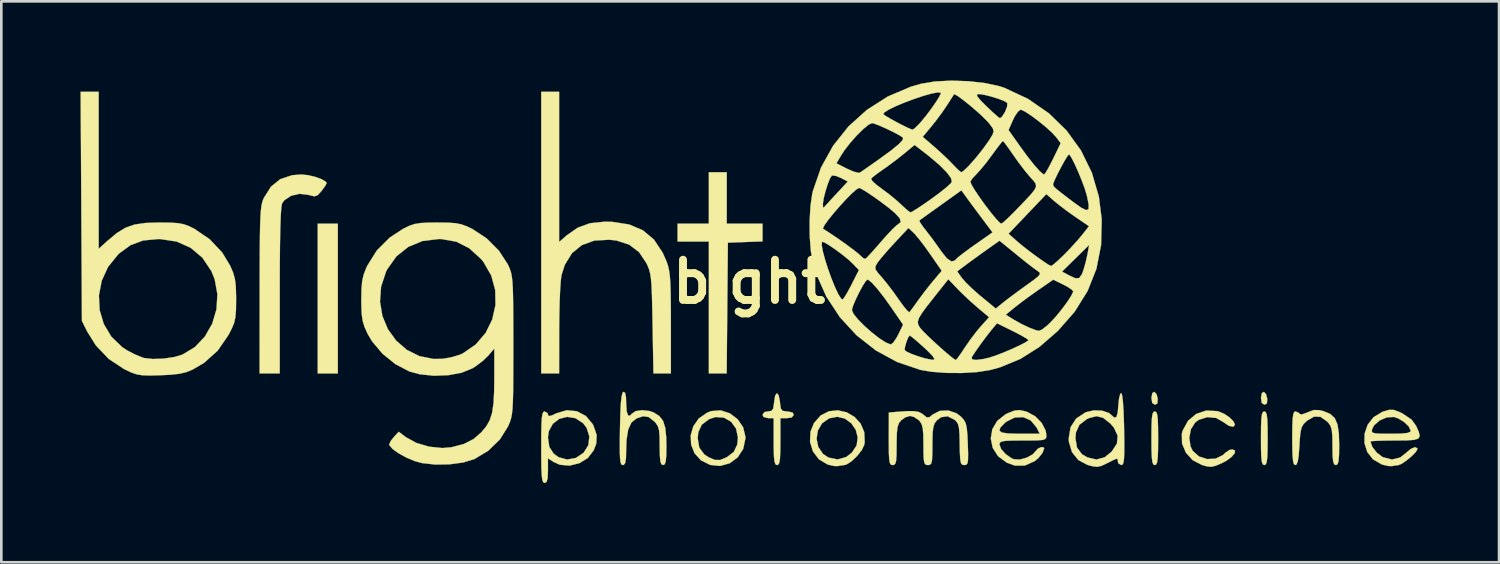
<source format=kicad_pcb>
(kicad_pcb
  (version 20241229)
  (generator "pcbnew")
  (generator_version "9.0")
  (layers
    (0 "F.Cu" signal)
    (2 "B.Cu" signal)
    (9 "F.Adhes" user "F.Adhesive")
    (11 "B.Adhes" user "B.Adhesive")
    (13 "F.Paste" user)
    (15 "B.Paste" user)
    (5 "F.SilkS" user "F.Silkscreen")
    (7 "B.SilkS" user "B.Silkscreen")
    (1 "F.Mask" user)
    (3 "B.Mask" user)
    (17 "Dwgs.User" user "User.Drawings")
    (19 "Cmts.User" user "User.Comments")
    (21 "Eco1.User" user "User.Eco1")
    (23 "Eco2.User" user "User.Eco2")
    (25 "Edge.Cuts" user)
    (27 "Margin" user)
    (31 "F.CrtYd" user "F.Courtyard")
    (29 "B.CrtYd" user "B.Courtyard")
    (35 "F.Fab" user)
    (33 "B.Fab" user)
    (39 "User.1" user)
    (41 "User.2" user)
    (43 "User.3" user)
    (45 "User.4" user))
  (footprint "bight"
    (layer "F.Cu")
    (at 25.326 7.624)
    (property "Reference" "bight" (at 0 0 0) (layer "F.SilkS") (effects (font (size 1.524 1.524) (thickness 0.3))))
    (attr through_hole)
    (fp_poly (pts (xy -15.579 3.471) (xy -16.341 3.471) (xy -16.341 -2.201) (xy -15.579 -2.201) (xy -15.579 3.471)) (stroke (width 0.01) (type solid)) (fill yes) (layer "F.SilkS"))
    (fp_poly (pts (xy 15.436 4.264) (xy 15.478 4.43) (xy 15.466 4.607) (xy 15.373 4.657) (xy 15.27 4.591) (xy 15.24 4.396) (xy 15.275 4.212) (xy 15.354 4.17) (xy 15.436 4.264)) (stroke (width 0.01) (type solid)) (fill yes) (layer "F.SilkS"))
    (fp_poly (pts (xy 19.585 4.264) (xy 19.627 4.43) (xy 19.615 4.607) (xy 19.521 4.657) (xy 19.419 4.591) (xy 19.389 4.396) (xy 19.424 4.212) (xy 19.502 4.17) (xy 19.585 4.264)) (stroke (width 0.01) (type solid)) (fill yes) (layer "F.SilkS"))
    (fp_poly (pts (xy -0.847 -2.201) (xy 0.508 -2.201) (xy 0.508 -1.531) (xy -0.148 -1.506) (xy -0.804 -1.482) (xy -0.827 0.995) (xy -0.849 3.471) (xy -1.524 3.471) (xy -1.524 -1.524) (xy -2.709 -1.524) (xy -2.709 -2.201) (xy -1.524 -2.201) (xy -1.524 -4.149) (xy -0.847 -4.149) (xy -0.847 -2.201)) (stroke (width 0.01) (type solid)) (fill yes) (layer "F.SilkS"))
    (fp_poly (pts (xy 15.422 4.936) (xy 15.459 5.03) (xy 15.481 5.218) (xy 15.491 5.525) (xy 15.494 5.927) (xy 15.491 6.365) (xy 15.479 6.659) (xy 15.456 6.837) (xy 15.417 6.922) (xy 15.367 6.943) (xy 15.312 6.917) (xy 15.275 6.824) (xy 15.253 6.636) (xy 15.243 6.328) (xy 15.24 5.927) (xy 15.243 5.489) (xy 15.255 5.194) (xy 15.278 5.017) (xy 15.317 4.931) (xy 15.367 4.911) (xy 15.422 4.936)) (stroke (width 0.01) (type solid)) (fill yes) (layer "F.SilkS"))
    (fp_poly (pts (xy 19.57 4.936) (xy 19.607 5.03) (xy 19.629 5.218) (xy 19.64 5.525) (xy 19.643 5.927) (xy 19.639 6.365) (xy 19.628 6.659) (xy 19.604 6.837) (xy 19.566 6.922) (xy 19.516 6.943) (xy 19.461 6.917) (xy 19.424 6.824) (xy 19.402 6.636) (xy 19.391 6.328) (xy 19.389 5.927) (xy 19.392 5.489) (xy 19.404 5.194) (xy 19.427 5.017) (xy 19.466 4.931) (xy 19.516 4.911) (xy 19.57 4.936)) (stroke (width 0.01) (type solid)) (fill yes) (layer "F.SilkS"))
    (fp_poly (pts (xy 1.119 4.297) (xy 1.166 4.531) (xy 1.169 4.571) (xy 1.197 4.789) (xy 1.263 4.886) (xy 1.404 4.91) (xy 1.444 4.911) (xy 1.642 4.949) (xy 1.693 5.038) (xy 1.618 5.138) (xy 1.439 5.165) (xy 1.185 5.165) (xy 1.185 6.054) (xy 1.181 6.46) (xy 1.167 6.724) (xy 1.139 6.873) (xy 1.092 6.936) (xy 1.058 6.943) (xy 1 6.915) (xy 0.963 6.815) (xy 0.941 6.615) (xy 0.932 6.288) (xy 0.931 6.054) (xy 0.931 5.165) (xy 0.72 5.165) (xy 0.549 5.121) (xy 0.508 5.038) (xy 0.581 4.935) (xy 0.715 4.911) (xy 0.847 4.89) (xy 0.914 4.798) (xy 0.945 4.589) (xy 0.948 4.551) (xy 0.989 4.305) (xy 1.053 4.221) (xy 1.119 4.297)) (stroke (width 0.01) (type solid)) (fill yes) (layer "F.SilkS"))
    (fp_poly (pts (xy -16.705 -4.038) (xy -16.431 -3.973) (xy -16.191 -3.885) (xy -16.035 -3.792) (xy -16.002 -3.737) (xy -16.051 -3.641) (xy -16.17 -3.475) (xy -16.199 -3.438) (xy -16.34 -3.282) (xy -16.466 -3.237) (xy -16.657 -3.281) (xy -16.699 -3.294) (xy -17.024 -3.333) (xy -17.345 -3.26) (xy -17.601 -3.093) (xy -17.689 -2.976) (xy -17.717 -2.834) (xy -17.74 -2.524) (xy -17.758 -2.045) (xy -17.77 -1.398) (xy -17.778 -0.585) (xy -17.78 0.333) (xy -17.78 3.471) (xy -18.542 3.471) (xy -18.54 0.318) (xy -18.539 -0.505) (xy -18.536 -1.175) (xy -18.531 -1.712) (xy -18.523 -2.133) (xy -18.511 -2.456) (xy -18.494 -2.698) (xy -18.472 -2.877) (xy -18.443 -3.012) (xy -18.406 -3.119) (xy -18.382 -3.175) (xy -18.111 -3.604) (xy -17.756 -3.89) (xy -17.306 -4.038) (xy -16.962 -4.064) (xy -16.705 -4.038)) (stroke (width 0.01) (type solid)) (fill yes) (layer "F.SilkS"))
    (fp_poly (pts (xy -0.728 4.984) (xy -0.434 5.207) (xy -0.226 5.513) (xy -0.139 5.873) (xy -0.139 5.929) (xy -0.223 6.328) (xy -0.433 6.651) (xy -0.736 6.875) (xy -1.101 6.976) (xy -1.472 6.938) (xy -1.827 6.761) (xy -2.068 6.493) (xy -2.197 6.167) (xy -2.207 5.927) (xy -1.947 5.927) (xy -1.888 6.281) (xy -1.699 6.537) (xy -1.543 6.641) (xy -1.299 6.748) (xy -1.097 6.75) (xy -0.849 6.648) (xy -0.845 6.645) (xy -0.581 6.445) (xy -0.449 6.167) (xy -0.423 5.901) (xy -0.494 5.56) (xy -0.682 5.301) (xy -0.952 5.147) (xy -1.267 5.122) (xy -1.515 5.203) (xy -1.791 5.411) (xy -1.925 5.696) (xy -1.947 5.927) (xy -2.207 5.927) (xy -2.212 5.818) (xy -2.116 5.477) (xy -1.908 5.179) (xy -1.59 4.958) (xy -1.432 4.898) (xy -1.073 4.871) (xy -0.728 4.984)) (stroke (width 0.01) (type solid)) (fill yes) (layer "F.SilkS"))
    (fp_poly (pts (xy 3.693 4.944) (xy 3.99 5.116) (xy 4.223 5.37) (xy 4.362 5.695) (xy 4.379 6.078) (xy 4.361 6.177) (xy 4.267 6.377) (xy 4.092 6.599) (xy 3.883 6.797) (xy 3.688 6.922) (xy 3.602 6.943) (xy 3.411 6.969) (xy 3.372 6.98) (xy 3.222 6.979) (xy 3 6.928) (xy 2.966 6.917) (xy 2.642 6.723) (xy 2.418 6.425) (xy 2.308 6.064) (xy 2.313 5.95) (xy 2.556 5.95) (xy 2.621 6.259) (xy 2.798 6.52) (xy 3.004 6.657) (xy 3.351 6.731) (xy 3.677 6.637) (xy 3.893 6.472) (xy 4.073 6.197) (xy 4.114 5.898) (xy 4.04 5.607) (xy 3.87 5.358) (xy 3.627 5.182) (xy 3.333 5.113) (xy 3.031 5.172) (xy 2.762 5.362) (xy 2.604 5.636) (xy 2.556 5.95) (xy 2.313 5.95) (xy 2.325 5.679) (xy 2.458 5.35) (xy 2.715 5.06) (xy 3.026 4.904) (xy 3.362 4.87) (xy 3.693 4.944)) (stroke (width 0.01) (type solid)) (fill yes) (layer "F.SilkS"))
    (fp_poly (pts (xy 17.733 4.899) (xy 17.767 4.907) (xy 17.994 5) (xy 18.195 5.134) (xy 18.341 5.279) (xy 18.404 5.405) (xy 18.354 5.483) (xy 18.331 5.49) (xy 18.175 5.456) (xy 17.991 5.334) (xy 17.979 5.322) (xy 17.691 5.158) (xy 17.356 5.126) (xy 17.036 5.227) (xy 16.896 5.33) (xy 16.735 5.585) (xy 16.674 5.911) (xy 16.721 6.237) (xy 16.807 6.409) (xy 17.043 6.618) (xy 17.349 6.716) (xy 17.667 6.7) (xy 17.945 6.567) (xy 18.027 6.486) (xy 18.194 6.372) (xy 18.301 6.35) (xy 18.408 6.391) (xy 18.393 6.495) (xy 18.277 6.634) (xy 18.081 6.779) (xy 17.921 6.863) (xy 17.675 6.969) (xy 17.505 7.009) (xy 17.336 6.99) (xy 17.155 6.94) (xy 16.805 6.759) (xy 16.546 6.474) (xy 16.4 6.127) (xy 16.392 5.758) (xy 16.421 5.643) (xy 16.625 5.268) (xy 16.934 5.007) (xy 17.314 4.878) (xy 17.733 4.899)) (stroke (width 0.01) (type solid)) (fill yes) (layer "F.SilkS"))
    (fp_poly (pts (xy -7.197 -1.506) (xy -6.909 -1.759) (xy -6.491 -2.05) (xy -6.023 -2.219) (xy -5.468 -2.277) (xy -5.177 -2.269) (xy -4.544 -2.171) (xy -4.024 -1.95) (xy -3.605 -1.599) (xy -3.276 -1.107) (xy -3.126 -0.766) (xy -3.072 -0.607) (xy -3.032 -0.433) (xy -3.002 -0.219) (xy -2.983 0.059) (xy -2.971 0.43) (xy -2.965 0.917) (xy -2.963 1.547) (xy -2.963 1.567) (xy -2.963 3.471) (xy -3.624 3.471) (xy -3.657 1.587) (xy -3.669 0.97) (xy -3.681 0.496) (xy -3.697 0.14) (xy -3.719 -0.124) (xy -3.75 -0.321) (xy -3.791 -0.476) (xy -3.847 -0.616) (xy -3.889 -0.706) (xy -4.17 -1.124) (xy -4.543 -1.407) (xy -5.02 -1.562) (xy -5.29 -1.593) (xy -5.86 -1.562) (xy -6.335 -1.39) (xy -6.71 -1.084) (xy -6.98 -0.646) (xy -7.106 -0.254) (xy -7.133 -0.05) (xy -7.157 0.289) (xy -7.176 0.73) (xy -7.189 1.239) (xy -7.195 1.782) (xy -7.195 1.799) (xy -7.197 3.471) (xy -7.874 3.471) (xy -7.874 -7.197) (xy -7.197 -7.197) (xy -7.197 -1.506)) (stroke (width 0.01) (type solid)) (fill yes) (layer "F.SilkS"))
    (fp_poly (pts (xy 21.608 4.862) (xy 21.759 4.901) (xy 22.012 5.006) (xy 22.184 5.164) (xy 22.288 5.403) (xy 22.34 5.754) (xy 22.352 6.178) (xy 22.347 6.55) (xy 22.329 6.783) (xy 22.293 6.904) (xy 22.235 6.942) (xy 22.225 6.943) (xy 22.162 6.912) (xy 22.123 6.801) (xy 22.103 6.579) (xy 22.098 6.219) (xy 22.093 5.858) (xy 22.073 5.622) (xy 22.027 5.466) (xy 21.946 5.346) (xy 21.89 5.288) (xy 21.645 5.116) (xy 21.402 5.106) (xy 21.137 5.26) (xy 21.115 5.279) (xy 21.001 5.39) (xy 20.929 5.517) (xy 20.885 5.701) (xy 20.858 5.986) (xy 20.845 6.21) (xy 20.818 6.588) (xy 20.781 6.819) (xy 20.729 6.928) (xy 20.69 6.943) (xy 20.639 6.909) (xy 20.605 6.791) (xy 20.585 6.566) (xy 20.575 6.21) (xy 20.574 5.927) (xy 20.578 5.484) (xy 20.59 5.186) (xy 20.615 5.008) (xy 20.655 4.925) (xy 20.694 4.911) (xy 20.821 4.963) (xy 20.843 4.999) (xy 20.933 5.027) (xy 21.131 4.958) (xy 21.156 4.946) (xy 21.389 4.857) (xy 21.608 4.862)) (stroke (width 0.01) (type solid)) (fill yes) (layer "F.SilkS"))
    (fp_poly (pts (xy -4.698 4.203) (xy -4.664 4.368) (xy -4.657 4.607) (xy -4.638 4.904) (xy -4.585 5.062) (xy -4.506 5.07) (xy -4.449 5.002) (xy -4.298 4.9) (xy -4.053 4.863) (xy -3.775 4.895) (xy -3.614 4.951) (xy -3.402 5.084) (xy -3.26 5.267) (xy -3.176 5.532) (xy -3.138 5.911) (xy -3.133 6.227) (xy -3.138 6.586) (xy -3.158 6.805) (xy -3.198 6.914) (xy -3.26 6.943) (xy -3.323 6.912) (xy -3.362 6.801) (xy -3.381 6.579) (xy -3.387 6.219) (xy -3.391 5.858) (xy -3.412 5.622) (xy -3.458 5.466) (xy -3.539 5.346) (xy -3.594 5.288) (xy -3.807 5.122) (xy -4.016 5.092) (xy -4.267 5.176) (xy -4.457 5.33) (xy -4.58 5.597) (xy -4.644 5.996) (xy -4.657 6.363) (xy -4.664 6.68) (xy -4.691 6.86) (xy -4.746 6.935) (xy -4.786 6.943) (xy -4.834 6.923) (xy -4.868 6.848) (xy -4.888 6.694) (xy -4.898 6.439) (xy -4.898 6.059) (xy -4.892 5.574) (xy -4.878 5.018) (xy -4.859 4.615) (xy -4.831 4.35) (xy -4.795 4.207) (xy -4.763 4.17) (xy -4.698 4.203)) (stroke (width 0.01) (type solid)) (fill yes) (layer "F.SilkS"))
    (fp_poly (pts (xy -6.526 4.903) (xy -6.185 5.082) (xy -5.926 5.39) (xy -5.892 5.458) (xy -5.774 5.808) (xy -5.79 6.129) (xy -5.886 6.383) (xy -6.109 6.674) (xy -6.43 6.872) (xy -6.799 6.963) (xy -7.168 6.931) (xy -7.406 6.825) (xy -7.62 6.685) (xy -7.62 7.152) (xy -7.631 7.434) (xy -7.671 7.579) (xy -7.747 7.62) (xy -7.795 7.598) (xy -7.83 7.515) (xy -7.853 7.349) (xy -7.867 7.078) (xy -7.873 6.678) (xy -7.874 6.265) (xy -7.872 5.895) (xy -7.62 5.895) (xy -7.569 6.254) (xy -7.403 6.511) (xy -7.216 6.645) (xy -6.893 6.734) (xy -6.56 6.672) (xy -6.267 6.475) (xy -6.089 6.188) (xy -6.052 5.858) (xy -6.153 5.535) (xy -6.288 5.357) (xy -6.579 5.166) (xy -6.892 5.116) (xy -7.19 5.191) (xy -7.434 5.378) (xy -7.587 5.659) (xy -7.62 5.895) (xy -7.872 5.895) (xy -7.872 5.75) (xy -7.864 5.381) (xy -7.849 5.135) (xy -7.823 4.991) (xy -7.786 4.924) (xy -7.747 4.911) (xy -7.635 4.974) (xy -7.62 5.029) (xy -7.588 5.088) (xy -7.471 5.063) (xy -7.303 4.982) (xy -6.91 4.866) (xy -6.526 4.903)) (stroke (width 0.01) (type solid)) (fill yes) (layer "F.SilkS"))
    (fp_poly (pts (xy 10.464 4.907) (xy 10.523 4.925) (xy 10.832 5.091) (xy 11.084 5.347) (xy 11.235 5.643) (xy 11.261 5.812) (xy 11.254 5.901) (xy 11.216 5.958) (xy 11.114 5.991) (xy 10.92 6.007) (xy 10.603 6.011) (xy 10.372 6.011) (xy 9.974 6.014) (xy 9.715 6.025) (xy 9.567 6.05) (xy 9.499 6.094) (xy 9.483 6.162) (xy 9.483 6.166) (xy 9.552 6.343) (xy 9.724 6.535) (xy 9.947 6.687) (xy 10.025 6.721) (xy 10.252 6.734) (xy 10.518 6.662) (xy 10.746 6.534) (xy 10.841 6.428) (xy 10.944 6.318) (xy 11.074 6.261) (xy 11.165 6.278) (xy 11.176 6.313) (xy 11.114 6.48) (xy 10.963 6.672) (xy 10.818 6.793) (xy 10.444 6.961) (xy 10.07 6.963) (xy 9.765 6.854) (xy 9.431 6.608) (xy 9.228 6.292) (xy 9.155 5.94) (xy 9.204 5.637) (xy 9.48 5.637) (xy 9.574 5.709) (xy 9.81 5.746) (xy 10.202 5.757) (xy 10.247 5.757) (xy 11.011 5.757) (xy 10.886 5.515) (xy 10.669 5.253) (xy 10.381 5.127) (xy 10.06 5.141) (xy 9.742 5.301) (xy 9.673 5.358) (xy 9.517 5.523) (xy 9.48 5.637) (xy 9.204 5.637) (xy 9.212 5.588) (xy 9.398 5.269) (xy 9.713 5.02) (xy 9.799 4.978) (xy 10.05 4.88) (xy 10.242 4.859) (xy 10.464 4.907)) (stroke (width 0.01) (type solid)) (fill yes) (layer "F.SilkS"))
    (fp_poly (pts (xy 14.13 4.302) (xy 14.16 4.541) (xy 14.184 4.911) (xy 14.201 5.39) (xy 14.205 5.588) (xy 14.212 6.101) (xy 14.211 6.469) (xy 14.2 6.713) (xy 14.179 6.858) (xy 14.143 6.927) (xy 14.099 6.943) (xy 13.986 6.876) (xy 13.97 6.816) (xy 13.966 6.728) (xy 13.93 6.701) (xy 13.821 6.741) (xy 13.602 6.852) (xy 13.589 6.858) (xy 13.354 6.97) (xy 13.186 7.01) (xy 13 6.986) (xy 12.813 6.934) (xy 12.472 6.753) (xy 12.232 6.454) (xy 12.115 6.068) (xy 12.107 5.932) (xy 12.108 5.927) (xy 12.361 5.927) (xy 12.421 6.28) (xy 12.608 6.531) (xy 12.812 6.652) (xy 13.154 6.733) (xy 13.465 6.651) (xy 13.737 6.43) (xy 13.933 6.13) (xy 13.961 5.831) (xy 13.821 5.528) (xy 13.682 5.368) (xy 13.413 5.154) (xy 13.158 5.09) (xy 12.868 5.166) (xy 12.783 5.208) (xy 12.513 5.416) (xy 12.381 5.705) (xy 12.361 5.927) (xy 12.108 5.927) (xy 12.177 5.509) (xy 12.387 5.182) (xy 12.737 4.95) (xy 12.761 4.94) (xy 13.061 4.87) (xy 13.372 4.882) (xy 13.629 4.969) (xy 13.723 5.047) (xy 13.84 5.15) (xy 13.917 5.118) (xy 13.965 4.939) (xy 13.987 4.678) (xy 14.014 4.418) (xy 14.058 4.251) (xy 14.097 4.212) (xy 14.13 4.302)) (stroke (width 0.01) (type solid)) (fill yes) (layer "F.SilkS"))
    (fp_poly (pts (xy 24.605 4.92) (xy 24.744 4.985) (xy 25.094 5.221) (xy 25.265 5.456) (xy 25.367 5.686) (xy 25.403 5.841) (xy 25.352 5.937) (xy 25.193 5.988) (xy 24.907 6.008) (xy 24.471 6.011) (xy 24.469 6.011) (xy 24.094 6.015) (xy 23.792 6.023) (xy 23.595 6.036) (xy 23.537 6.05) (xy 23.604 6.251) (xy 23.77 6.466) (xy 23.985 6.631) (xy 24.011 6.645) (xy 24.354 6.733) (xy 24.664 6.656) (xy 24.899 6.47) (xy 25.074 6.324) (xy 25.225 6.265) (xy 25.309 6.305) (xy 25.315 6.341) (xy 25.253 6.449) (xy 25.099 6.605) (xy 24.904 6.768) (xy 24.719 6.895) (xy 24.6 6.943) (xy 24.408 6.969) (xy 24.37 6.98) (xy 24.219 6.979) (xy 23.998 6.928) (xy 23.964 6.917) (xy 23.633 6.726) (xy 23.415 6.446) (xy 23.31 6.11) (xy 23.315 5.756) (xy 23.346 5.664) (xy 23.587 5.664) (xy 23.622 5.716) (xy 23.735 5.744) (xy 23.958 5.755) (xy 24.307 5.757) (xy 24.689 5.751) (xy 24.925 5.729) (xy 25.04 5.687) (xy 25.061 5.645) (xy 24.99 5.483) (xy 24.812 5.31) (xy 24.582 5.172) (xy 24.422 5.12) (xy 24.154 5.137) (xy 23.884 5.253) (xy 23.675 5.435) (xy 23.6 5.579) (xy 23.587 5.664) (xy 23.346 5.664) (xy 23.43 5.417) (xy 23.654 5.129) (xy 23.986 4.928) (xy 24.014 4.918) (xy 24.235 4.852) (xy 24.405 4.851) (xy 24.605 4.92)) (stroke (width 0.01) (type solid)) (fill yes) (layer "F.SilkS"))
    (fp_poly (pts (xy 7.857 4.98) (xy 8.022 5.105) (xy 8.132 5.227) (xy 8.203 5.356) (xy 8.245 5.534) (xy 8.269 5.803) (xy 8.284 6.14) (xy 8.296 6.513) (xy 8.292 6.749) (xy 8.27 6.878) (xy 8.223 6.932) (xy 8.15 6.943) (xy 8.073 6.928) (xy 8.024 6.864) (xy 7.997 6.719) (xy 7.983 6.461) (xy 7.978 6.161) (xy 7.97 5.784) (xy 7.95 5.537) (xy 7.91 5.382) (xy 7.842 5.28) (xy 7.786 5.229) (xy 7.523 5.095) (xy 7.274 5.129) (xy 7.112 5.249) (xy 7.029 5.357) (xy 6.978 5.502) (xy 6.952 5.726) (xy 6.943 6.068) (xy 6.943 6.181) (xy 6.94 6.543) (xy 6.927 6.768) (xy 6.896 6.888) (xy 6.84 6.935) (xy 6.773 6.943) (xy 6.693 6.93) (xy 6.643 6.87) (xy 6.616 6.731) (xy 6.606 6.481) (xy 6.604 6.181) (xy 6.599 5.801) (xy 6.578 5.551) (xy 6.534 5.389) (xy 6.46 5.276) (xy 6.435 5.249) (xy 6.25 5.122) (xy 6.096 5.08) (xy 5.912 5.137) (xy 5.757 5.249) (xy 5.674 5.357) (xy 5.623 5.502) (xy 5.597 5.726) (xy 5.588 6.068) (xy 5.588 6.181) (xy 5.584 6.545) (xy 5.57 6.772) (xy 5.537 6.892) (xy 5.481 6.938) (xy 5.438 6.943) (xy 5.374 6.928) (xy 5.331 6.864) (xy 5.306 6.723) (xy 5.294 6.478) (xy 5.291 6.101) (xy 5.291 5.948) (xy 5.294 4.953) (xy 5.589 4.928) (xy 5.986 4.9) (xy 6.255 4.901) (xy 6.434 4.933) (xy 6.562 5.002) (xy 6.602 5.036) (xy 6.735 5.139) (xy 6.834 5.127) (xy 6.949 5.032) (xy 7.221 4.891) (xy 7.543 4.875) (xy 7.857 4.98)) (stroke (width 0.01) (type solid)) (fill yes) (layer "F.SilkS"))
    (fp_poly (pts (xy -24.638 -1.25) (xy -24.303 -1.553) (xy -23.946 -1.85) (xy -23.618 -2.05) (xy -23.271 -2.17) (xy -22.854 -2.229) (xy -22.352 -2.244) (xy -21.937 -2.24) (xy -21.643 -2.222) (xy -21.422 -2.182) (xy -21.224 -2.111) (xy -21.016 -2.008) (xy -20.433 -1.612) (xy -19.957 -1.106) (xy -19.655 -0.605) (xy -19.545 -0.346) (xy -19.478 -0.107) (xy -19.443 0.17) (xy -19.433 0.541) (xy -19.432 0.677) (xy -19.437 1.066) (xy -19.459 1.343) (xy -19.509 1.563) (xy -19.601 1.783) (xy -19.723 2.017) (xy -20.129 2.607) (xy -20.647 3.071) (xy -21.076 3.323) (xy -21.314 3.421) (xy -21.582 3.485) (xy -21.928 3.522) (xy -22.31 3.54) (xy -22.706 3.55) (xy -22.985 3.541) (xy -23.2 3.506) (xy -23.404 3.436) (xy -23.647 3.32) (xy -23.683 3.302) (xy -24.258 2.921) (xy -24.744 2.411) (xy -25.075 1.881) (xy -25.273 1.482) (xy -25.278 0.517) (xy -24.629 0.517) (xy -24.602 1.072) (xy -24.444 1.602) (xy -24.159 2.079) (xy -23.748 2.475) (xy -23.559 2.599) (xy -23.28 2.744) (xy -23.01 2.857) (xy -22.917 2.887) (xy -22.588 2.925) (xy -22.18 2.911) (xy -21.774 2.85) (xy -21.472 2.761) (xy -20.995 2.475) (xy -20.613 2.072) (xy -20.336 1.584) (xy -20.175 1.04) (xy -20.141 0.471) (xy -20.243 -0.093) (xy -20.369 -0.405) (xy -20.709 -0.912) (xy -21.152 -1.287) (xy -21.687 -1.525) (xy -22.305 -1.618) (xy -22.387 -1.619) (xy -22.953 -1.565) (xy -23.427 -1.391) (xy -23.854 -1.08) (xy -23.904 -1.033) (xy -24.283 -0.563) (xy -24.524 -0.037) (xy -24.629 0.517) (xy -25.278 0.517) (xy -25.297 -2.857) (xy -25.321 -7.197) (xy -24.638 -7.197) (xy -24.638 -1.25)) (stroke (width 0.01) (type solid)) (fill yes) (layer "F.SilkS"))
    (fp_poly (pts (xy -11.405 -2.239) (xy -11.115 -2.219) (xy -10.888 -2.172) (xy -10.671 -2.091) (xy -10.474 -1.995) (xy -9.94 -1.643) (xy -9.48 -1.182) (xy -9.139 -0.658) (xy -9.115 -0.608) (xy -9.064 -0.489) (xy -9.023 -0.368) (xy -8.992 -0.224) (xy -8.969 -0.037) (xy -8.952 0.215) (xy -8.942 0.55) (xy -8.936 0.99) (xy -8.933 1.555) (xy -8.932 2.265) (xy -8.932 2.413) (xy -8.933 3.15) (xy -8.935 3.738) (xy -8.939 4.197) (xy -8.949 4.55) (xy -8.963 4.815) (xy -8.985 5.014) (xy -9.015 5.167) (xy -9.055 5.296) (xy -9.105 5.42) (xy -9.133 5.481) (xy -9.443 5.975) (xy -9.88 6.399) (xy -10.404 6.714) (xy -10.827 6.844) (xy -11.342 6.914) (xy -11.884 6.923) (xy -12.384 6.868) (xy -12.659 6.795) (xy -12.989 6.656) (xy -13.285 6.492) (xy -13.509 6.33) (xy -13.624 6.193) (xy -13.631 6.159) (xy -13.578 6.035) (xy -13.451 5.873) (xy -13.271 5.681) (xy -13.002 5.886) (xy -12.606 6.103) (xy -12.123 6.246) (xy -11.62 6.298) (xy -11.277 6.268) (xy -10.801 6.143) (xy -10.435 5.955) (xy -10.143 5.701) (xy -9.958 5.479) (xy -9.824 5.244) (xy -9.734 4.961) (xy -9.681 4.6) (xy -9.657 4.127) (xy -9.652 3.679) (xy -9.652 2.527) (xy -9.873 2.789) (xy -10.082 2.991) (xy -10.357 3.2) (xy -10.482 3.279) (xy -10.889 3.444) (xy -11.395 3.538) (xy -11.943 3.558) (xy -12.476 3.503) (xy -12.869 3.396) (xy -13.4 3.119) (xy -13.889 2.722) (xy -14.287 2.249) (xy -14.452 1.967) (xy -14.567 1.711) (xy -14.638 1.482) (xy -14.675 1.224) (xy -14.689 0.879) (xy -14.689 0.751) (xy -13.982 0.751) (xy -13.892 1.295) (xy -13.683 1.795) (xy -13.37 2.229) (xy -12.968 2.577) (xy -12.49 2.816) (xy -11.95 2.924) (xy -11.614 2.918) (xy -11.282 2.861) (xy -10.962 2.765) (xy -10.848 2.715) (xy -10.356 2.376) (xy -9.982 1.939) (xy -9.731 1.432) (xy -9.607 0.881) (xy -9.617 0.316) (xy -9.766 -0.235) (xy -10.059 -0.745) (xy -10.159 -0.868) (xy -10.603 -1.272) (xy -11.092 -1.519) (xy -11.646 -1.617) (xy -11.756 -1.62) (xy -12.368 -1.546) (xy -12.908 -1.324) (xy -13.359 -0.965) (xy -13.706 -0.478) (xy -13.754 -0.382) (xy -13.941 0.184) (xy -13.982 0.751) (xy -14.689 0.751) (xy -14.69 0.677) (xy -14.683 0.266) (xy -14.656 -0.033) (xy -14.599 -0.279) (xy -14.501 -0.527) (xy -14.465 -0.605) (xy -14.104 -1.184) (xy -13.611 -1.676) (xy -13.105 -2.008) (xy -12.878 -2.119) (xy -12.673 -2.188) (xy -12.439 -2.226) (xy -12.125 -2.241) (xy -11.811 -2.244) (xy -11.405 -2.239)) (stroke (width 0.01) (type solid)) (fill yes) (layer "F.SilkS"))
    (fp_poly (pts (xy 8.303 -7.598) (xy 8.93 -7.528) (xy 9.476 -7.411) (xy 9.672 -7.347) (xy 10.566 -6.928) (xy 11.354 -6.384) (xy 12.025 -5.73) (xy 12.571 -4.976) (xy 12.982 -4.137) (xy 13.249 -3.225) (xy 13.357 -2.36) (xy 13.333 -1.392) (xy 13.156 -0.491) (xy 12.822 0.349) (xy 12.33 1.137) (xy 11.693 1.863) (xy 10.996 2.468) (xy 10.279 2.921) (xy 9.513 3.237) (xy 9.127 3.343) (xy 8.646 3.419) (xy 8.069 3.455) (xy 7.463 3.451) (xy 6.895 3.407) (xy 6.483 3.336) (xy 5.607 3.039) (xy 4.796 2.597) (xy 4.774 2.579) (xy 5.889 2.579) (xy 5.96 2.643) (xy 6.146 2.73) (xy 6.397 2.821) (xy 6.663 2.901) (xy 6.895 2.95) (xy 6.978 2.958) (xy 7.023 2.925) (xy 6.95 2.811) (xy 6.752 2.607) (xy 6.639 2.501) (xy 6.399 2.286) (xy 6.207 2.123) (xy 6.096 2.041) (xy 6.084 2.036) (xy 6.028 2.104) (xy 5.961 2.27) (xy 5.906 2.464) (xy 5.889 2.579) (xy 4.774 2.579) (xy 4.068 2.025) (xy 3.439 1.342) (xy 3.263 1.074) (xy 3.895 1.074) (xy 3.959 1.221) (xy 4.13 1.431) (xy 4.371 1.674) (xy 4.65 1.92) (xy 4.929 2.138) (xy 5.176 2.298) (xy 5.355 2.37) (xy 5.372 2.371) (xy 5.463 2.301) (xy 5.584 2.123) (xy 5.651 1.998) (xy 5.832 1.624) (xy 5.752 1.507) (xy 6.39 1.507) (xy 6.404 1.617) (xy 6.464 1.727) (xy 6.47 1.736) (xy 6.573 1.856) (xy 6.761 2.044) (xy 7 2.269) (xy 7.258 2.503) (xy 7.502 2.716) (xy 7.699 2.878) (xy 7.817 2.959) (xy 7.831 2.963) (xy 7.892 2.898) (xy 7.921 2.857) (xy 8.434 2.857) (xy 8.446 2.938) (xy 8.598 2.961) (xy 8.867 2.927) (xy 9.102 2.872) (xy 9.335 2.796) (xy 9.626 2.684) (xy 9.936 2.553) (xy 10.223 2.421) (xy 10.449 2.307) (xy 10.571 2.227) (xy 10.583 2.21) (xy 10.512 2.151) (xy 10.325 2.041) (xy 10.059 1.901) (xy 9.987 1.866) (xy 9.391 1.572) (xy 9.181 1.823) (xy 9.001 2.052) (xy 8.789 2.337) (xy 8.59 2.618) (xy 8.447 2.835) (xy 8.434 2.857) (xy 7.921 2.857) (xy 8.016 2.726) (xy 8.164 2.502) (xy 8.383 2.185) (xy 8.629 1.863) (xy 8.774 1.692) (xy 9.09 1.342) (xy 8.978 1.248) (xy 9.724 1.248) (xy 10.012 1.427) (xy 10.311 1.595) (xy 10.612 1.738) (xy 10.863 1.834) (xy 10.986 1.859) (xy 11.101 1.805) (xy 11.283 1.663) (xy 11.417 1.537) (xy 11.627 1.309) (xy 11.846 1.04) (xy 12.046 0.77) (xy 12.198 0.538) (xy 12.273 0.384) (xy 12.277 0.361) (xy 12.207 0.285) (xy 12.03 0.172) (xy 11.899 0.104) (xy 11.521 -0.08) (xy 10.942 0.32) (xy 10.62 0.548) (xy 10.307 0.779) (xy 10.066 0.966) (xy 10.044 0.984) (xy 9.724 1.248) (xy 8.978 1.248) (xy 8.673 0.993) (xy 8.374 0.73) (xy 8.062 0.436) (xy 7.901 0.274) (xy 7.547 -0.096) (xy 7.033 0.55) (xy 6.742 0.92) (xy 6.547 1.185) (xy 6.434 1.372) (xy 6.39 1.507) (xy 5.752 1.507) (xy 5.406 1.003) (xy 5.119 0.599) (xy 4.863 0.272) (xy 4.656 0.04) (xy 4.515 -0.075) (xy 4.483 -0.085) (xy 4.41 -0.014) (xy 4.296 0.166) (xy 4.164 0.41) (xy 4.037 0.672) (xy 3.94 0.904) (xy 3.895 1.061) (xy 3.895 1.074) (xy 3.263 1.074) (xy 2.926 0.563) (xy 2.544 -0.296) (xy 2.417 -0.716) (xy 2.339 -1.161) (xy 2.321 -1.395) (xy 2.749 -1.395) (xy 2.791 -1.16) (xy 2.875 -0.846) (xy 2.988 -0.49) (xy 3.119 -0.127) (xy 3.254 0.205) (xy 3.38 0.472) (xy 3.485 0.637) (xy 3.539 0.672) (xy 3.603 0.599) (xy 3.717 0.412) (xy 3.859 0.149) (xy 3.878 0.11) (xy 4.159 -0.446) (xy 4.126 -0.48) (xy 4.785 -0.48) (xy 4.874 -0.344) (xy 5.016 -0.182) (xy 5.218 0.06) (xy 5.457 0.374) (xy 5.668 0.671) (xy 5.844 0.916) (xy 5.986 1.088) (xy 6.066 1.154) (xy 6.073 1.152) (xy 6.144 1.062) (xy 6.277 0.879) (xy 6.383 0.73) (xy 6.598 0.438) (xy 6.849 0.117) (xy 6.971 -0.031) (xy 7.278 -0.395) (xy 7.883 -0.395) (xy 8.058 -0.148) (xy 8.207 0.023) (xy 8.444 0.254) (xy 8.723 0.502) (xy 8.789 0.556) (xy 9.344 1.014) (xy 9.604 0.801) (xy 9.794 0.653) (xy 10.072 0.445) (xy 10.387 0.215) (xy 10.483 0.146) (xy 10.775 -0.064) (xy 10.947 -0.201) (xy 11.017 -0.289) (xy 11.004 -0.351) (xy 10.96 -0.386) (xy 11.853 -0.386) (xy 12.128 -0.239) (xy 12.362 -0.133) (xy 12.505 -0.143) (xy 12.604 -0.283) (xy 12.659 -0.428) (xy 12.744 -0.717) (xy 12.815 -1.031) (xy 12.82 -1.058) (xy 12.881 -1.397) (xy 12.367 -0.891) (xy 11.853 -0.386) (xy 10.96 -0.386) (xy 10.925 -0.413) (xy 10.91 -0.423) (xy 10.74 -0.546) (xy 10.5 -0.731) (xy 10.303 -0.889) (xy 10.046 -1.099) (xy 9.812 -1.29) (xy 9.688 -1.391) (xy 9.486 -1.555) (xy 9.082 -1.272) (xy 8.765 -1.045) (xy 8.422 -0.796) (xy 8.28 -0.692) (xy 7.883 -0.395) (xy 7.278 -0.395) (xy 7.296 -0.417) (xy 6.864 -1.041) (xy 6.645 -1.348) (xy 6.436 -1.62) (xy 6.273 -1.813) (xy 6.234 -1.852) (xy 6.036 -2.038) (xy 5.516 -1.481) (xy 5.263 -1.205) (xy 5.043 -0.95) (xy 4.89 -0.761) (xy 4.858 -0.716) (xy 4.785 -0.586) (xy 4.785 -0.48) (xy 4.126 -0.48) (xy 3.924 -0.69) (xy 3.752 -0.849) (xy 3.522 -1.035) (xy 3.271 -1.221) (xy 3.036 -1.382) (xy 2.855 -1.49) (xy 2.765 -1.518) (xy 2.763 -1.517) (xy 2.749 -1.395) (xy 2.321 -1.395) (xy 2.297 -1.709) (xy 2.294 -2.027) (xy 2.798 -2.027) (xy 2.804 -2.007) (xy 3.06 -1.844) (xy 3.361 -1.64) (xy 3.667 -1.424) (xy 3.936 -1.225) (xy 4.13 -1.072) (xy 4.193 -1.014) (xy 4.325 -0.896) (xy 4.404 -0.866) (xy 4.48 -0.936) (xy 4.638 -1.107) (xy 4.851 -1.348) (xy 4.991 -1.509) (xy 5.232 -1.782) (xy 5.443 -2.004) (xy 5.594 -2.144) (xy 5.64 -2.174) (xy 5.746 -2.264) (xy 5.73 -2.32) (xy 6.446 -2.32) (xy 6.478 -2.247) (xy 6.59 -2.084) (xy 6.708 -1.931) (xy 6.937 -1.634) (xy 7.177 -1.301) (xy 7.272 -1.164) (xy 7.494 -0.884) (xy 7.673 -0.768) (xy 7.808 -0.815) (xy 7.833 -0.849) (xy 7.923 -0.934) (xy 8.118 -1.087) (xy 8.386 -1.285) (xy 8.554 -1.404) (xy 9.148 -1.82) (xy 9.828 -1.82) (xy 10.142 -1.541) (xy 10.351 -1.366) (xy 10.612 -1.162) (xy 10.889 -0.957) (xy 11.144 -0.776) (xy 11.34 -0.647) (xy 11.44 -0.597) (xy 11.521 -0.65) (xy 11.687 -0.793) (xy 11.901 -0.996) (xy 11.911 -1.005) (xy 12.178 -1.28) (xy 12.44 -1.569) (xy 12.603 -1.762) (xy 12.875 -2.106) (xy 12.361 -2.455) (xy 12.054 -2.672) (xy 11.758 -2.896) (xy 11.553 -3.063) (xy 11.259 -3.321) (xy 10.544 -2.571) (xy 9.828 -1.82) (xy 9.148 -1.82) (xy 9.221 -1.872) (xy 8.859 -2.354) (xy 8.635 -2.653) (xy 8.415 -2.949) (xy 8.268 -3.15) (xy 8.041 -3.464) (xy 7.259 -2.904) (xy 6.945 -2.68) (xy 6.686 -2.494) (xy 6.51 -2.367) (xy 6.446 -2.32) (xy 5.73 -2.32) (xy 5.708 -2.403) (xy 5.523 -2.605) (xy 5.482 -2.641) (xy 5.257 -2.826) (xy 4.984 -3.033) (xy 4.7 -3.235) (xy 4.443 -3.407) (xy 4.251 -3.522) (xy 4.167 -3.556) (xy 4.063 -3.498) (xy 3.889 -3.344) (xy 3.67 -3.123) (xy 3.432 -2.863) (xy 3.2 -2.595) (xy 3 -2.347) (xy 2.857 -2.148) (xy 2.798 -2.027) (xy 2.294 -2.027) (xy 2.292 -2.296) (xy 2.324 -2.86) (xy 2.334 -2.934) (xy 2.794 -2.934) (xy 2.805 -2.813) (xy 2.82 -2.801) (xy 2.886 -2.876) (xy 3.038 -3.042) (xy 3.245 -3.266) (xy 3.293 -3.317) (xy 3.739 -3.799) (xy 3.532 -3.906) (xy 4.621 -3.906) (xy 4.662 -3.825) (xy 4.812 -3.684) (xy 5.019 -3.528) (xy 5.316 -3.307) (xy 5.607 -3.066) (xy 5.757 -2.927) (xy 5.941 -2.756) (xy 6.078 -2.648) (xy 6.116 -2.629) (xy 6.207 -2.674) (xy 6.403 -2.797) (xy 6.674 -2.979) (xy 6.905 -3.141) (xy 7.211 -3.367) (xy 7.463 -3.568) (xy 7.63 -3.719) (xy 7.679 -3.782) (xy 7.678 -3.789) (xy 8.382 -3.789) (xy 8.43 -3.668) (xy 8.558 -3.456) (xy 8.739 -3.188) (xy 8.948 -2.898) (xy 9.161 -2.62) (xy 9.351 -2.389) (xy 9.494 -2.239) (xy 9.554 -2.201) (xy 9.636 -2.258) (xy 9.804 -2.411) (xy 10.026 -2.63) (xy 10.123 -2.731) (xy 10.454 -3.074) (xy 10.682 -3.319) (xy 10.817 -3.49) (xy 10.871 -3.614) (xy 10.858 -3.689) (xy 11.515 -3.689) (xy 11.523 -3.645) (xy 11.563 -3.589) (xy 11.657 -3.502) (xy 11.83 -3.365) (xy 12.103 -3.155) (xy 12.284 -3.018) (xy 12.582 -2.805) (xy 12.769 -2.714) (xy 12.858 -2.752) (xy 12.863 -2.927) (xy 12.799 -3.245) (xy 12.788 -3.289) (xy 12.714 -3.532) (xy 12.603 -3.831) (xy 12.473 -4.149) (xy 12.341 -4.444) (xy 12.224 -4.677) (xy 12.139 -4.81) (xy 12.116 -4.826) (xy 12.056 -4.757) (xy 11.948 -4.58) (xy 11.817 -4.342) (xy 11.685 -4.088) (xy 11.578 -3.863) (xy 11.519 -3.714) (xy 11.515 -3.689) (xy 10.858 -3.689) (xy 10.854 -3.717) (xy 10.777 -3.824) (xy 10.653 -3.961) (xy 10.649 -3.964) (xy 10.445 -4.209) (xy 10.205 -4.524) (xy 10 -4.813) (xy 9.825 -5.064) (xy 9.69 -5.248) (xy 9.618 -5.332) (xy 9.614 -5.334) (xy 9.553 -5.27) (xy 9.421 -5.102) (xy 9.244 -4.862) (xy 9.203 -4.805) (xy 8.986 -4.515) (xy 8.773 -4.255) (xy 8.61 -4.077) (xy 8.603 -4.07) (xy 8.456 -3.914) (xy 8.383 -3.799) (xy 8.382 -3.789) (xy 7.678 -3.789) (xy 7.649 -3.925) (xy 7.489 -4.144) (xy 7.212 -4.422) (xy 6.834 -4.744) (xy 6.711 -4.841) (xy 6.268 -5.183) (xy 5.865 -4.85) (xy 5.56 -4.609) (xy 5.229 -4.363) (xy 5.063 -4.247) (xy 4.838 -4.087) (xy 4.674 -3.959) (xy 4.621 -3.906) (xy 3.532 -3.906) (xy 3.476 -3.935) (xy 3.278 -4.013) (xy 3.142 -4.026) (xy 3.132 -4.021) (xy 3.063 -3.914) (xy 2.977 -3.697) (xy 2.892 -3.427) (xy 2.825 -3.161) (xy 2.794 -2.954) (xy 2.794 -2.934) (xy 2.334 -2.934) (xy 2.392 -3.339) (xy 2.414 -3.432) (xy 2.726 -4.33) (xy 2.813 -4.488) (xy 3.308 -4.488) (xy 3.707 -4.284) (xy 3.947 -4.179) (xy 4.129 -4.128) (xy 4.191 -4.132) (xy 4.293 -4.2) (xy 4.499 -4.343) (xy 4.773 -4.536) (xy 4.957 -4.666) (xy 5.386 -4.98) (xy 5.671 -5.214) (xy 5.818 -5.372) (xy 5.832 -5.457) (xy 5.781 -5.491) (xy 6.578 -5.491) (xy 7.036 -5.095) (xy 7.31 -4.849) (xy 7.571 -4.6) (xy 7.741 -4.424) (xy 7.904 -4.256) (xy 8.019 -4.159) (xy 8.042 -4.149) (xy 8.127 -4.205) (xy 8.278 -4.348) (xy 8.351 -4.424) (xy 8.614 -4.725) (xy 8.876 -5.057) (xy 9.095 -5.364) (xy 9.218 -5.565) (xy 9.262 -5.692) (xy 9.248 -5.749) (xy 9.827 -5.749) (xy 10.258 -5.14) (xy 10.551 -4.738) (xy 10.809 -4.414) (xy 11.013 -4.185) (xy 11.148 -4.072) (xy 11.175 -4.064) (xy 11.234 -4.135) (xy 11.343 -4.322) (xy 11.481 -4.589) (xy 11.515 -4.657) (xy 11.802 -5.25) (xy 11.629 -5.481) (xy 11.474 -5.65) (xy 11.242 -5.86) (xy 10.971 -6.082) (xy 10.699 -6.285) (xy 10.466 -6.439) (xy 10.309 -6.516) (xy 10.286 -6.519) (xy 10.186 -6.448) (xy 10.063 -6.266) (xy 9.998 -6.134) (xy 9.827 -5.749) (xy 9.248 -5.749) (xy 9.23 -5.817) (xy 9.103 -5.988) (xy 9.017 -6.085) (xy 8.836 -6.268) (xy 8.601 -6.481) (xy 8.346 -6.698) (xy 8.103 -6.891) (xy 7.904 -7.036) (xy 7.809 -7.089) (xy 8.624 -7.089) (xy 8.654 -7.008) (xy 8.79 -6.849) (xy 8.979 -6.661) (xy 9.207 -6.443) (xy 9.39 -6.279) (xy 9.494 -6.198) (xy 9.502 -6.195) (xy 9.577 -6.252) (xy 9.682 -6.411) (xy 9.696 -6.437) (xy 9.772 -6.632) (xy 9.782 -6.766) (xy 9.779 -6.774) (xy 9.671 -6.843) (xy 9.454 -6.929) (xy 9.183 -7.014) (xy 8.916 -7.081) (xy 8.708 -7.112) (xy 8.688 -7.112) (xy 8.624 -7.089) (xy 7.809 -7.089) (xy 7.783 -7.104) (xy 7.762 -7.103) (xy 7.708 -7.018) (xy 7.593 -6.838) (xy 7.498 -6.689) (xy 7.301 -6.401) (xy 7.06 -6.078) (xy 6.917 -5.9) (xy 6.578 -5.491) (xy 5.781 -5.491) (xy 5.706 -5.542) (xy 5.481 -5.663) (xy 5.21 -5.795) (xy 4.945 -5.913) (xy 4.739 -5.992) (xy 4.657 -6.011) (xy 4.523 -5.949) (xy 4.321 -5.782) (xy 4.081 -5.545) (xy 3.836 -5.269) (xy 3.617 -4.989) (xy 3.487 -4.79) (xy 3.308 -4.488) (xy 2.813 -4.488) (xy 3.182 -5.153) (xy 3.765 -5.885) (xy 4.286 -6.355) (xy 5.08 -6.355) (xy 5.149 -6.298) (xy 5.324 -6.192) (xy 5.56 -6.061) (xy 5.811 -5.931) (xy 6.031 -5.824) (xy 6.174 -5.766) (xy 6.193 -5.762) (xy 6.277 -5.817) (xy 6.425 -5.962) (xy 6.501 -6.046) (xy 6.7 -6.287) (xy 6.9 -6.553) (xy 7.077 -6.808) (xy 7.207 -7.017) (xy 7.263 -7.142) (xy 7.261 -7.16) (xy 7.144 -7.174) (xy 6.911 -7.13) (xy 6.598 -7.042) (xy 6.242 -6.923) (xy 5.88 -6.787) (xy 5.547 -6.647) (xy 5.28 -6.516) (xy 5.115 -6.408) (xy 5.08 -6.355) (xy 4.286 -6.355) (xy 4.461 -6.512) (xy 5.255 -7.019) (xy 6.131 -7.391) (xy 6.517 -7.502) (xy 7.038 -7.588) (xy 7.653 -7.619) (xy 8.303 -7.598)) (stroke (width 0.01) (type solid)) (fill yes) (layer "F.SilkS")))
  (gr_rect
    (start -3 -3)
    (end 53.734 18.249)
    (stroke (width 0.1) (type default))
    (fill no)
    (layer "Edge.Cuts")))
</source>
